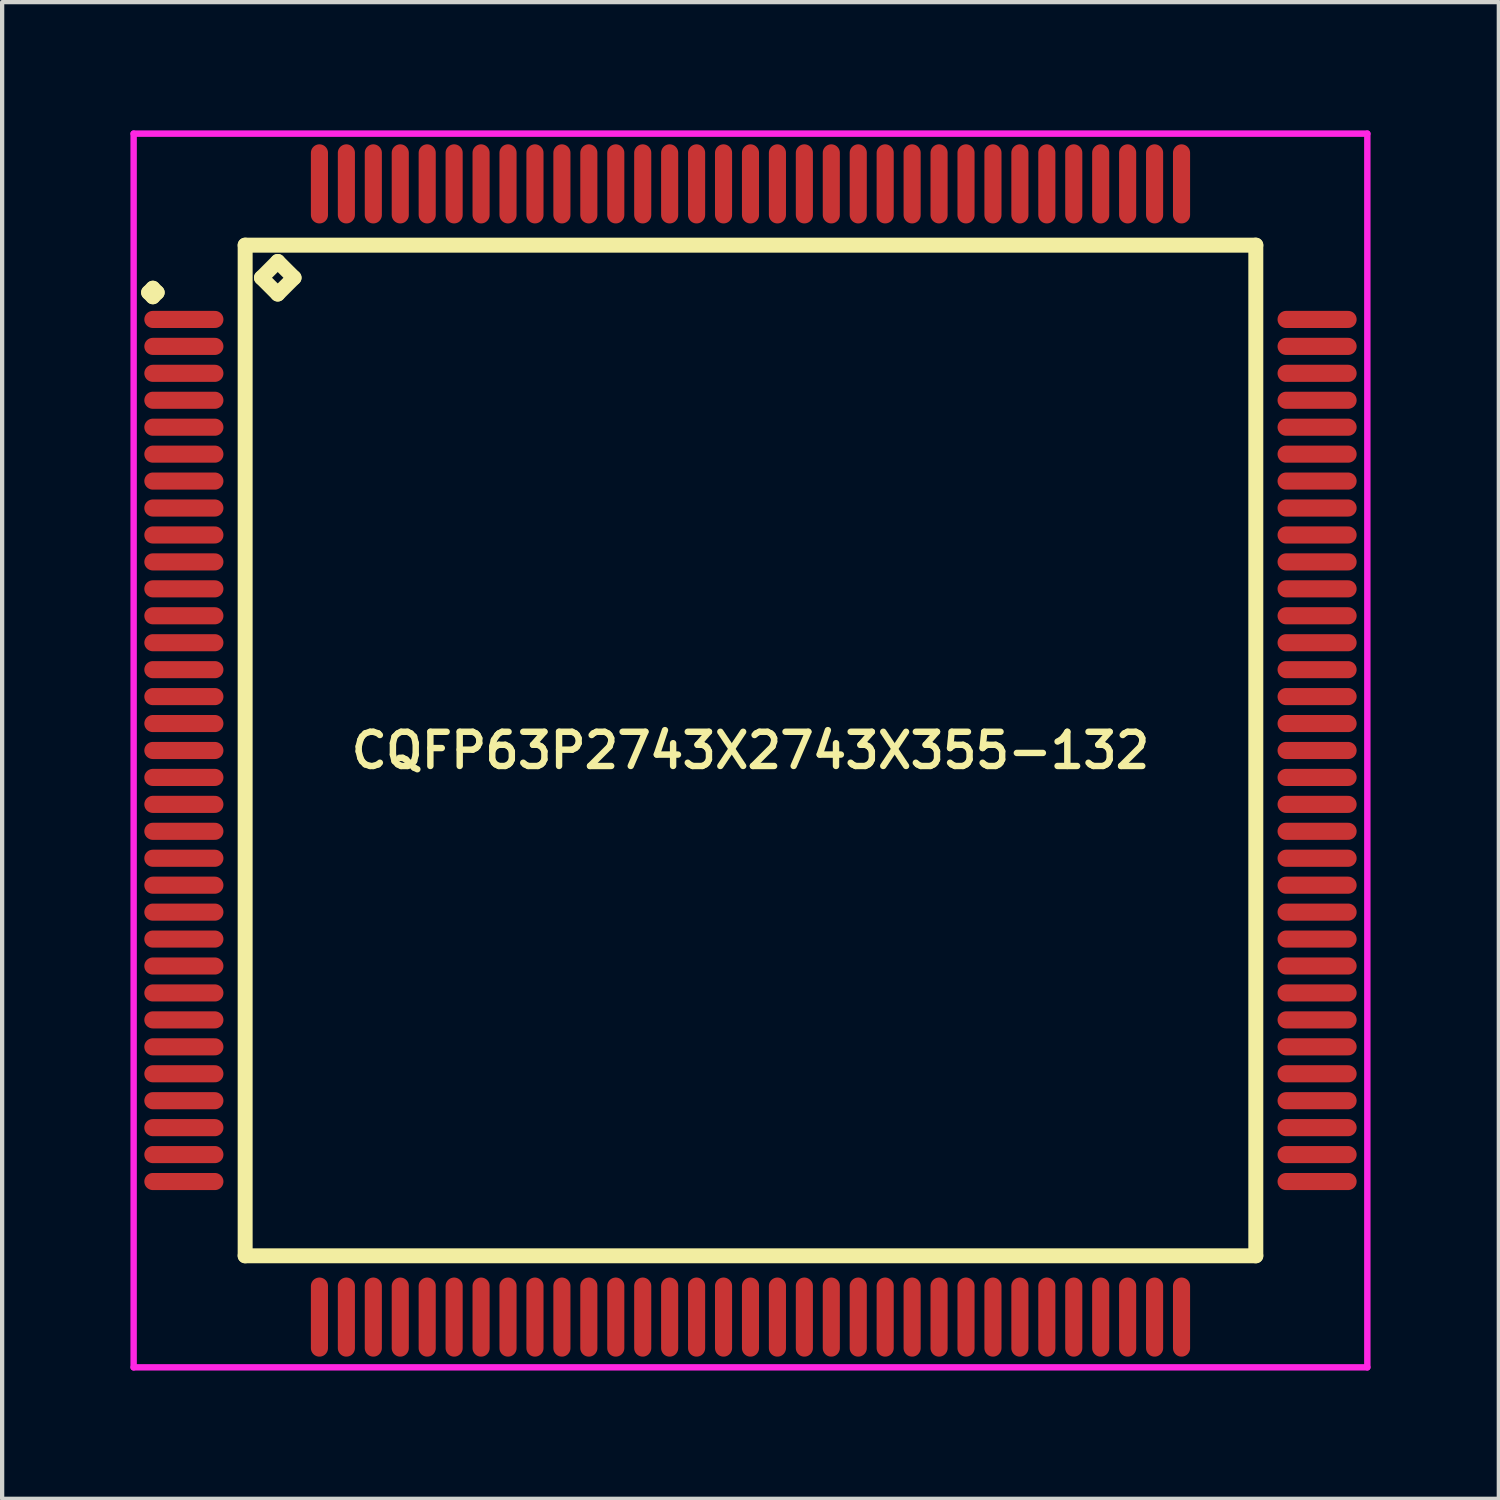
<source format=kicad_pcb>
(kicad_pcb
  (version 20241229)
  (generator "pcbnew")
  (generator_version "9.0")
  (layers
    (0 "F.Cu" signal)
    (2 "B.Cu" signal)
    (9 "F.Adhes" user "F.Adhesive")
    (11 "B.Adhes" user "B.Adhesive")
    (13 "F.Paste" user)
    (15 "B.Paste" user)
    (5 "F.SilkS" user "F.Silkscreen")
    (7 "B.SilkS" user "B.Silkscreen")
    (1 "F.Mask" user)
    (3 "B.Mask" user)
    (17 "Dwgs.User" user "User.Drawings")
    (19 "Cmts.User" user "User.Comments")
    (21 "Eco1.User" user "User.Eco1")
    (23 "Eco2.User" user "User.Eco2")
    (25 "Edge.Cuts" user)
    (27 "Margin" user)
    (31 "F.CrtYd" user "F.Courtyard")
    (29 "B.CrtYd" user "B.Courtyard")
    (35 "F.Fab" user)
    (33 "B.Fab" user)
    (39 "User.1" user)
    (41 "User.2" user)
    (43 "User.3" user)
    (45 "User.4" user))
  (footprint "CQFP63P2743X2743X355-132"
    (layer "F.Cu")
    (at 14.5 14.5)
    (property "Reference" "CQFP63P2743X2743X355-132" (at 0 0 0) (layer "F.SilkS") (effects (font (size 0.8 0.8) (thickness 0.15))))
    (attr smd)
    (fp_line (start -14.075 -10.71) (end -13.975 -10.81) (stroke (width 0.35) (type solid)) (layer "F.SilkS"))
    (fp_line (start -13.975 -10.81) (end -13.875 -10.71) (stroke (width 0.35) (type solid)) (layer "F.SilkS"))
    (fp_line (start -13.975 -10.61) (end -14.075 -10.71) (stroke (width 0.35) (type solid)) (layer "F.SilkS"))
    (fp_line (start -13.875 -10.71) (end -13.975 -10.61) (stroke (width 0.35) (type solid)) (layer "F.SilkS"))
    (fp_line (start -11.817 -11.817) (end -11.817 11.817) (stroke (width 0.35) (type solid)) (layer "F.SilkS"))
    (fp_line (start -11.817 11.817) (end 11.817 11.817) (stroke (width 0.35) (type solid)) (layer "F.SilkS"))
    (fp_line (start -11.436 -11.055) (end -11.055 -11.436) (stroke (width 0.35) (type solid)) (layer "F.SilkS"))
    (fp_line (start -11.055 -11.436) (end -10.674 -11.055) (stroke (width 0.35) (type solid)) (layer "F.SilkS"))
    (fp_line (start -11.055 -10.674) (end -11.436 -11.055) (stroke (width 0.35) (type solid)) (layer "F.SilkS"))
    (fp_line (start -10.674 -11.055) (end -11.055 -10.674) (stroke (width 0.35) (type solid)) (layer "F.SilkS"))
    (fp_line (start 11.817 -11.817) (end -11.817 -11.817) (stroke (width 0.35) (type solid)) (layer "F.SilkS"))
    (fp_line (start 11.817 11.817) (end 11.817 -11.817) (stroke (width 0.35) (type solid)) (layer "F.SilkS"))
    (fp_line (start -14.425 -14.425) (end 14.425 -14.425) (stroke (width 0.15) (type solid)) (layer "F.CrtYd"))
    (fp_line (start -14.425 14.425) (end -14.425 -14.425) (stroke (width 0.15) (type solid)) (layer "F.CrtYd"))
    (fp_line (start 14.425 -14.425) (end 14.425 14.425) (stroke (width 0.15) (type solid)) (layer "F.CrtYd"))
    (fp_line (start 14.425 14.425) (end -14.425 14.425) (stroke (width 0.15) (type solid)) (layer "F.CrtYd"))
    (pad "1" smd oval (at -13.25 -10.08) (size 1.85 0.4) (layers "F.Cu" "F.Mask" "F.Paste"))
    (pad "2" smd oval (at -13.25 -9.45) (size 1.85 0.4) (layers "F.Cu" "F.Mask" "F.Paste"))
    (pad "3" smd oval (at -13.25 -8.82) (size 1.85 0.4) (layers "F.Cu" "F.Mask" "F.Paste"))
    (pad "4" smd oval (at -13.25 -8.19) (size 1.85 0.4) (layers "F.Cu" "F.Mask" "F.Paste"))
    (pad "5" smd oval (at -13.25 -7.56) (size 1.85 0.4) (layers "F.Cu" "F.Mask" "F.Paste"))
    (pad "6" smd oval (at -13.25 -6.93) (size 1.85 0.4) (layers "F.Cu" "F.Mask" "F.Paste"))
    (pad "7" smd oval (at -13.25 -6.3) (size 1.85 0.4) (layers "F.Cu" "F.Mask" "F.Paste"))
    (pad "8" smd oval (at -13.25 -5.67) (size 1.85 0.4) (layers "F.Cu" "F.Mask" "F.Paste"))
    (pad "9" smd oval (at -13.25 -5.04) (size 1.85 0.4) (layers "F.Cu" "F.Mask" "F.Paste"))
    (pad "10" smd oval (at -13.25 -4.41) (size 1.85 0.4) (layers "F.Cu" "F.Mask" "F.Paste"))
    (pad "11" smd oval (at -13.25 -3.78) (size 1.85 0.4) (layers "F.Cu" "F.Mask" "F.Paste"))
    (pad "12" smd oval (at -13.25 -3.15) (size 1.85 0.4) (layers "F.Cu" "F.Mask" "F.Paste"))
    (pad "13" smd oval (at -13.25 -2.52) (size 1.85 0.4) (layers "F.Cu" "F.Mask" "F.Paste"))
    (pad "14" smd oval (at -13.25 -1.89) (size 1.85 0.4) (layers "F.Cu" "F.Mask" "F.Paste"))
    (pad "15" smd oval (at -13.25 -1.26) (size 1.85 0.4) (layers "F.Cu" "F.Mask" "F.Paste"))
    (pad "16" smd oval (at -13.25 -0.63) (size 1.85 0.4) (layers "F.Cu" "F.Mask" "F.Paste"))
    (pad "17" smd oval (at -13.25 0) (size 1.85 0.4) (layers "F.Cu" "F.Mask" "F.Paste"))
    (pad "18" smd oval (at -13.25 0.63) (size 1.85 0.4) (layers "F.Cu" "F.Mask" "F.Paste"))
    (pad "19" smd oval (at -13.25 1.26) (size 1.85 0.4) (layers "F.Cu" "F.Mask" "F.Paste"))
    (pad "20" smd oval (at -13.25 1.89) (size 1.85 0.4) (layers "F.Cu" "F.Mask" "F.Paste"))
    (pad "21" smd oval (at -13.25 2.52) (size 1.85 0.4) (layers "F.Cu" "F.Mask" "F.Paste"))
    (pad "22" smd oval (at -13.25 3.15) (size 1.85 0.4) (layers "F.Cu" "F.Mask" "F.Paste"))
    (pad "23" smd oval (at -13.25 3.78) (size 1.85 0.4) (layers "F.Cu" "F.Mask" "F.Paste"))
    (pad "24" smd oval (at -13.25 4.41) (size 1.85 0.4) (layers "F.Cu" "F.Mask" "F.Paste"))
    (pad "25" smd oval (at -13.25 5.04) (size 1.85 0.4) (layers "F.Cu" "F.Mask" "F.Paste"))
    (pad "26" smd oval (at -13.25 5.67) (size 1.85 0.4) (layers "F.Cu" "F.Mask" "F.Paste"))
    (pad "27" smd oval (at -13.25 6.3) (size 1.85 0.4) (layers "F.Cu" "F.Mask" "F.Paste"))
    (pad "28" smd oval (at -13.25 6.93) (size 1.85 0.4) (layers "F.Cu" "F.Mask" "F.Paste"))
    (pad "29" smd oval (at -13.25 7.56) (size 1.85 0.4) (layers "F.Cu" "F.Mask" "F.Paste"))
    (pad "30" smd oval (at -13.25 8.19) (size 1.85 0.4) (layers "F.Cu" "F.Mask" "F.Paste"))
    (pad "31" smd oval (at -13.25 8.82) (size 1.85 0.4) (layers "F.Cu" "F.Mask" "F.Paste"))
    (pad "32" smd oval (at -13.25 9.45) (size 1.85 0.4) (layers "F.Cu" "F.Mask" "F.Paste"))
    (pad "33" smd oval (at -13.25 10.08) (size 1.85 0.4) (layers "F.Cu" "F.Mask" "F.Paste"))
    (pad "34" smd oval (at -10.08 13.25) (size 0.4 1.85) (layers "F.Cu" "F.Mask" "F.Paste"))
    (pad "35" smd oval (at -9.45 13.25) (size 0.4 1.85) (layers "F.Cu" "F.Mask" "F.Paste"))
    (pad "36" smd oval (at -8.82 13.25) (size 0.4 1.85) (layers "F.Cu" "F.Mask" "F.Paste"))
    (pad "37" smd oval (at -8.19 13.25) (size 0.4 1.85) (layers "F.Cu" "F.Mask" "F.Paste"))
    (pad "38" smd oval (at -7.56 13.25) (size 0.4 1.85) (layers "F.Cu" "F.Mask" "F.Paste"))
    (pad "39" smd oval (at -6.93 13.25) (size 0.4 1.85) (layers "F.Cu" "F.Mask" "F.Paste"))
    (pad "40" smd oval (at -6.3 13.25) (size 0.4 1.85) (layers "F.Cu" "F.Mask" "F.Paste"))
    (pad "41" smd oval (at -5.67 13.25) (size 0.4 1.85) (layers "F.Cu" "F.Mask" "F.Paste"))
    (pad "42" smd oval (at -5.04 13.25) (size 0.4 1.85) (layers "F.Cu" "F.Mask" "F.Paste"))
    (pad "43" smd oval (at -4.41 13.25) (size 0.4 1.85) (layers "F.Cu" "F.Mask" "F.Paste"))
    (pad "44" smd oval (at -3.78 13.25) (size 0.4 1.85) (layers "F.Cu" "F.Mask" "F.Paste"))
    (pad "45" smd oval (at -3.15 13.25) (size 0.4 1.85) (layers "F.Cu" "F.Mask" "F.Paste"))
    (pad "46" smd oval (at -2.52 13.25) (size 0.4 1.85) (layers "F.Cu" "F.Mask" "F.Paste"))
    (pad "47" smd oval (at -1.89 13.25) (size 0.4 1.85) (layers "F.Cu" "F.Mask" "F.Paste"))
    (pad "48" smd oval (at -1.26 13.25) (size 0.4 1.85) (layers "F.Cu" "F.Mask" "F.Paste"))
    (pad "49" smd oval (at -0.63 13.25) (size 0.4 1.85) (layers "F.Cu" "F.Mask" "F.Paste"))
    (pad "50" smd oval (at 0 13.25) (size 0.4 1.85) (layers "F.Cu" "F.Mask" "F.Paste"))
    (pad "51" smd oval (at 0.63 13.25) (size 0.4 1.85) (layers "F.Cu" "F.Mask" "F.Paste"))
    (pad "52" smd oval (at 1.26 13.25) (size 0.4 1.85) (layers "F.Cu" "F.Mask" "F.Paste"))
    (pad "53" smd oval (at 1.89 13.25) (size 0.4 1.85) (layers "F.Cu" "F.Mask" "F.Paste"))
    (pad "54" smd oval (at 2.52 13.25) (size 0.4 1.85) (layers "F.Cu" "F.Mask" "F.Paste"))
    (pad "55" smd oval (at 3.15 13.25) (size 0.4 1.85) (layers "F.Cu" "F.Mask" "F.Paste"))
    (pad "56" smd oval (at 3.78 13.25) (size 0.4 1.85) (layers "F.Cu" "F.Mask" "F.Paste"))
    (pad "57" smd oval (at 4.41 13.25) (size 0.4 1.85) (layers "F.Cu" "F.Mask" "F.Paste"))
    (pad "58" smd oval (at 5.04 13.25) (size 0.4 1.85) (layers "F.Cu" "F.Mask" "F.Paste"))
    (pad "59" smd oval (at 5.67 13.25) (size 0.4 1.85) (layers "F.Cu" "F.Mask" "F.Paste"))
    (pad "60" smd oval (at 6.3 13.25) (size 0.4 1.85) (layers "F.Cu" "F.Mask" "F.Paste"))
    (pad "61" smd oval (at 6.93 13.25) (size 0.4 1.85) (layers "F.Cu" "F.Mask" "F.Paste"))
    (pad "62" smd oval (at 7.56 13.25) (size 0.4 1.85) (layers "F.Cu" "F.Mask" "F.Paste"))
    (pad "63" smd oval (at 8.19 13.25) (size 0.4 1.85) (layers "F.Cu" "F.Mask" "F.Paste"))
    (pad "64" smd oval (at 8.82 13.25) (size 0.4 1.85) (layers "F.Cu" "F.Mask" "F.Paste"))
    (pad "65" smd oval (at 9.45 13.25) (size 0.4 1.85) (layers "F.Cu" "F.Mask" "F.Paste"))
    (pad "66" smd oval (at 10.08 13.25) (size 0.4 1.85) (layers "F.Cu" "F.Mask" "F.Paste"))
    (pad "67" smd oval (at 13.25 10.08) (size 1.85 0.4) (layers "F.Cu" "F.Mask" "F.Paste"))
    (pad "68" smd oval (at 13.25 9.45) (size 1.85 0.4) (layers "F.Cu" "F.Mask" "F.Paste"))
    (pad "69" smd oval (at 13.25 8.82) (size 1.85 0.4) (layers "F.Cu" "F.Mask" "F.Paste"))
    (pad "70" smd oval (at 13.25 8.19) (size 1.85 0.4) (layers "F.Cu" "F.Mask" "F.Paste"))
    (pad "71" smd oval (at 13.25 7.56) (size 1.85 0.4) (layers "F.Cu" "F.Mask" "F.Paste"))
    (pad "72" smd oval (at 13.25 6.93) (size 1.85 0.4) (layers "F.Cu" "F.Mask" "F.Paste"))
    (pad "73" smd oval (at 13.25 6.3) (size 1.85 0.4) (layers "F.Cu" "F.Mask" "F.Paste"))
    (pad "74" smd oval (at 13.25 5.67) (size 1.85 0.4) (layers "F.Cu" "F.Mask" "F.Paste"))
    (pad "75" smd oval (at 13.25 5.04) (size 1.85 0.4) (layers "F.Cu" "F.Mask" "F.Paste"))
    (pad "76" smd oval (at 13.25 4.41) (size 1.85 0.4) (layers "F.Cu" "F.Mask" "F.Paste"))
    (pad "77" smd oval (at 13.25 3.78) (size 1.85 0.4) (layers "F.Cu" "F.Mask" "F.Paste"))
    (pad "78" smd oval (at 13.25 3.15) (size 1.85 0.4) (layers "F.Cu" "F.Mask" "F.Paste"))
    (pad "79" smd oval (at 13.25 2.52) (size 1.85 0.4) (layers "F.Cu" "F.Mask" "F.Paste"))
    (pad "80" smd oval (at 13.25 1.89) (size 1.85 0.4) (layers "F.Cu" "F.Mask" "F.Paste"))
    (pad "81" smd oval (at 13.25 1.26) (size 1.85 0.4) (layers "F.Cu" "F.Mask" "F.Paste"))
    (pad "82" smd oval (at 13.25 0.63) (size 1.85 0.4) (layers "F.Cu" "F.Mask" "F.Paste"))
    (pad "83" smd oval (at 13.25 0) (size 1.85 0.4) (layers "F.Cu" "F.Mask" "F.Paste"))
    (pad "84" smd oval (at 13.25 -0.63) (size 1.85 0.4) (layers "F.Cu" "F.Mask" "F.Paste"))
    (pad "85" smd oval (at 13.25 -1.26) (size 1.85 0.4) (layers "F.Cu" "F.Mask" "F.Paste"))
    (pad "86" smd oval (at 13.25 -1.89) (size 1.85 0.4) (layers "F.Cu" "F.Mask" "F.Paste"))
    (pad "87" smd oval (at 13.25 -2.52) (size 1.85 0.4) (layers "F.Cu" "F.Mask" "F.Paste"))
    (pad "88" smd oval (at 13.25 -3.15) (size 1.85 0.4) (layers "F.Cu" "F.Mask" "F.Paste"))
    (pad "89" smd oval (at 13.25 -3.78) (size 1.85 0.4) (layers "F.Cu" "F.Mask" "F.Paste"))
    (pad "90" smd oval (at 13.25 -4.41) (size 1.85 0.4) (layers "F.Cu" "F.Mask" "F.Paste"))
    (pad "91" smd oval (at 13.25 -5.04) (size 1.85 0.4) (layers "F.Cu" "F.Mask" "F.Paste"))
    (pad "92" smd oval (at 13.25 -5.67) (size 1.85 0.4) (layers "F.Cu" "F.Mask" "F.Paste"))
    (pad "93" smd oval (at 13.25 -6.3) (size 1.85 0.4) (layers "F.Cu" "F.Mask" "F.Paste"))
    (pad "94" smd oval (at 13.25 -6.93) (size 1.85 0.4) (layers "F.Cu" "F.Mask" "F.Paste"))
    (pad "95" smd oval (at 13.25 -7.56) (size 1.85 0.4) (layers "F.Cu" "F.Mask" "F.Paste"))
    (pad "96" smd oval (at 13.25 -8.19) (size 1.85 0.4) (layers "F.Cu" "F.Mask" "F.Paste"))
    (pad "97" smd oval (at 13.25 -8.82) (size 1.85 0.4) (layers "F.Cu" "F.Mask" "F.Paste"))
    (pad "98" smd oval (at 13.25 -9.45) (size 1.85 0.4) (layers "F.Cu" "F.Mask" "F.Paste"))
    (pad "99" smd oval (at 13.25 -10.08) (size 1.85 0.4) (layers "F.Cu" "F.Mask" "F.Paste"))
    (pad "100" smd oval (at 10.08 -13.25) (size 0.4 1.85) (layers "F.Cu" "F.Mask" "F.Paste"))
    (pad "101" smd oval (at 9.45 -13.25) (size 0.4 1.85) (layers "F.Cu" "F.Mask" "F.Paste"))
    (pad "102" smd oval (at 8.82 -13.25) (size 0.4 1.85) (layers "F.Cu" "F.Mask" "F.Paste"))
    (pad "103" smd oval (at 8.19 -13.25) (size 0.4 1.85) (layers "F.Cu" "F.Mask" "F.Paste"))
    (pad "104" smd oval (at 7.56 -13.25) (size 0.4 1.85) (layers "F.Cu" "F.Mask" "F.Paste"))
    (pad "105" smd oval (at 6.93 -13.25) (size 0.4 1.85) (layers "F.Cu" "F.Mask" "F.Paste"))
    (pad "106" smd oval (at 6.3 -13.25) (size 0.4 1.85) (layers "F.Cu" "F.Mask" "F.Paste"))
    (pad "107" smd oval (at 5.67 -13.25) (size 0.4 1.85) (layers "F.Cu" "F.Mask" "F.Paste"))
    (pad "108" smd oval (at 5.04 -13.25) (size 0.4 1.85) (layers "F.Cu" "F.Mask" "F.Paste"))
    (pad "109" smd oval (at 4.41 -13.25) (size 0.4 1.85) (layers "F.Cu" "F.Mask" "F.Paste"))
    (pad "110" smd oval (at 3.78 -13.25) (size 0.4 1.85) (layers "F.Cu" "F.Mask" "F.Paste"))
    (pad "111" smd oval (at 3.15 -13.25) (size 0.4 1.85) (layers "F.Cu" "F.Mask" "F.Paste"))
    (pad "112" smd oval (at 2.52 -13.25) (size 0.4 1.85) (layers "F.Cu" "F.Mask" "F.Paste"))
    (pad "113" smd oval (at 1.89 -13.25) (size 0.4 1.85) (layers "F.Cu" "F.Mask" "F.Paste"))
    (pad "114" smd oval (at 1.26 -13.25) (size 0.4 1.85) (layers "F.Cu" "F.Mask" "F.Paste"))
    (pad "115" smd oval (at 0.63 -13.25) (size 0.4 1.85) (layers "F.Cu" "F.Mask" "F.Paste"))
    (pad "116" smd oval (at 0 -13.25) (size 0.4 1.85) (layers "F.Cu" "F.Mask" "F.Paste"))
    (pad "117" smd oval (at -0.63 -13.25) (size 0.4 1.85) (layers "F.Cu" "F.Mask" "F.Paste"))
    (pad "118" smd oval (at -1.26 -13.25) (size 0.4 1.85) (layers "F.Cu" "F.Mask" "F.Paste"))
    (pad "119" smd oval (at -1.89 -13.25) (size 0.4 1.85) (layers "F.Cu" "F.Mask" "F.Paste"))
    (pad "120" smd oval (at -2.52 -13.25) (size 0.4 1.85) (layers "F.Cu" "F.Mask" "F.Paste"))
    (pad "121" smd oval (at -3.15 -13.25) (size 0.4 1.85) (layers "F.Cu" "F.Mask" "F.Paste"))
    (pad "122" smd oval (at -3.78 -13.25) (size 0.4 1.85) (layers "F.Cu" "F.Mask" "F.Paste"))
    (pad "123" smd oval (at -4.41 -13.25) (size 0.4 1.85) (layers "F.Cu" "F.Mask" "F.Paste"))
    (pad "124" smd oval (at -5.04 -13.25) (size 0.4 1.85) (layers "F.Cu" "F.Mask" "F.Paste"))
    (pad "125" smd oval (at -5.67 -13.25) (size 0.4 1.85) (layers "F.Cu" "F.Mask" "F.Paste"))
    (pad "126" smd oval (at -6.3 -13.25) (size 0.4 1.85) (layers "F.Cu" "F.Mask" "F.Paste"))
    (pad "127" smd oval (at -6.93 -13.25) (size 0.4 1.85) (layers "F.Cu" "F.Mask" "F.Paste"))
    (pad "128" smd oval (at -7.56 -13.25) (size 0.4 1.85) (layers "F.Cu" "F.Mask" "F.Paste"))
    (pad "129" smd oval (at -8.19 -13.25) (size 0.4 1.85) (layers "F.Cu" "F.Mask" "F.Paste"))
    (pad "130" smd oval (at -8.82 -13.25) (size 0.4 1.85) (layers "F.Cu" "F.Mask" "F.Paste"))
    (pad "131" smd oval (at -9.45 -13.25) (size 0.4 1.85) (layers "F.Cu" "F.Mask" "F.Paste"))
    (pad "132" smd oval (at -10.08 -13.25) (size 0.4 1.85) (layers "F.Cu" "F.Mask" "F.Paste")))
  (gr_rect
    (start -3 -3)
    (end 32 32)
    (stroke (width 0.1) (type default))
    (fill no)
    (layer "Edge.Cuts")))
</source>
